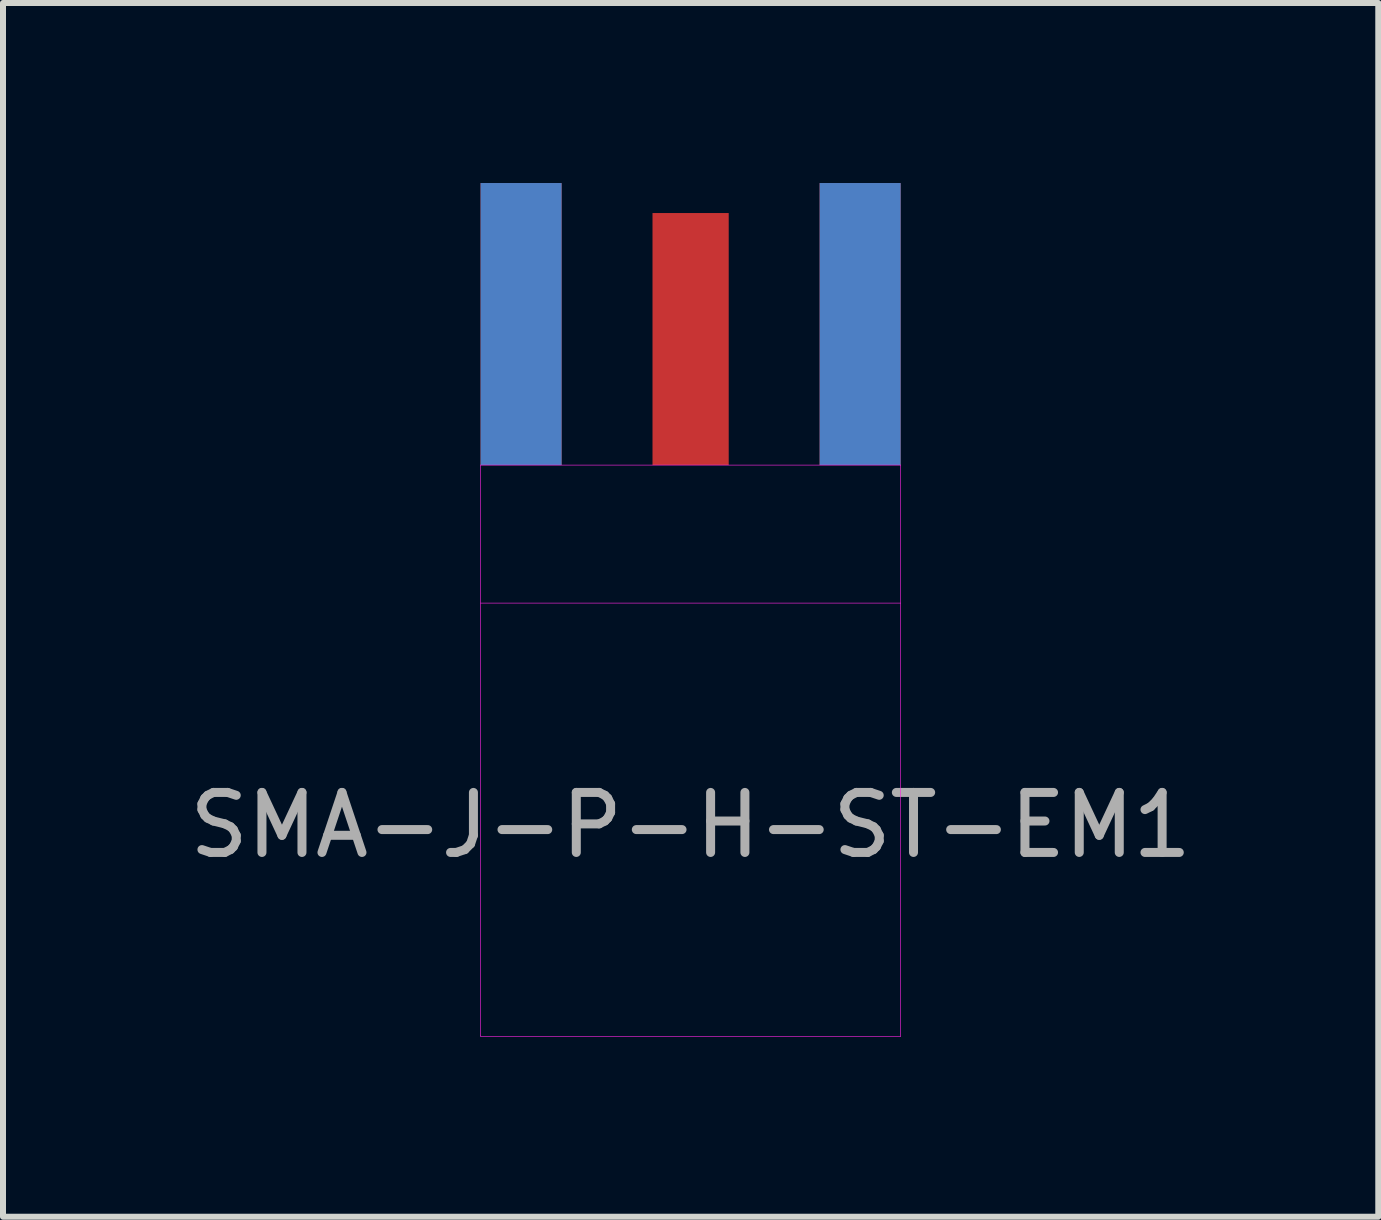
<source format=kicad_pcb>
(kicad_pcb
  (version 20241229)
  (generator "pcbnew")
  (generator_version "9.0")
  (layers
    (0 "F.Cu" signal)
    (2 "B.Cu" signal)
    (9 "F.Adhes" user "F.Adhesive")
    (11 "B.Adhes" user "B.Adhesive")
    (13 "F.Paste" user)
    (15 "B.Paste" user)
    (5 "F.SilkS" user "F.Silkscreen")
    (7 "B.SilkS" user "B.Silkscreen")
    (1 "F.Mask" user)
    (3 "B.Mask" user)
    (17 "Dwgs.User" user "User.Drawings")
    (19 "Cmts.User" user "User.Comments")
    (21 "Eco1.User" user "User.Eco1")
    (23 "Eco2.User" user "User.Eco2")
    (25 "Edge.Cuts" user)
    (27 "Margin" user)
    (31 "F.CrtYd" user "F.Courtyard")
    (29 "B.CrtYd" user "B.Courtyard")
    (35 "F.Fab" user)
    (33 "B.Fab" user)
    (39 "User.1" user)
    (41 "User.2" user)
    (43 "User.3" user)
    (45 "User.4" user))
  (footprint "SMA-J-P-H-ST-EM1"
    (layer "F.Cu")
    (at 8.458 4.7)
    (property "Reference" "SMA-J-P-H-ST-EM1" (at 0 6 0) (layer "F.Fab") (effects (font (size 1 1) (thickness 0.15))))
    (attr through_hole)
    (fp_line (start -3.5 0) (end -3.5 9.5) (stroke (width 0.01) (type solid)) (layer "F.CrtYd"))
    (fp_line (start -3.5 0) (end 3.5 0) (stroke (width 0.01) (type solid)) (layer "F.CrtYd"))
    (fp_line (start -3.5 9.5) (end -3.5 9.52) (stroke (width 0.01) (type solid)) (layer "F.CrtYd"))
    (fp_line (start 3.5 0) (end 3.5 9.52) (stroke (width 0.01) (type solid)) (layer "F.CrtYd"))
    (fp_line (start 3.5 2.3) (end -3.5 2.3) (stroke (width 0.01) (type solid)) (layer "F.CrtYd"))
    (fp_line (start 3.5 9.52) (end -3.5 9.52) (stroke (width 0.01) (type solid)) (layer "F.CrtYd"))
    (pad "1" smd rect (at 0 -2.1) (size 1.27 4.2) (layers "F.Cu" "F.Mask" "F.Paste"))
    (pad "2" smd rect (at -2.825 -2.35) (size 1.35 4.7) (layers "F.Cu" "F.Mask" "F.Paste"))
    (pad "2" smd rect (at -2.825 -2.35) (size 1.35 4.7) (layers "B.Cu" "B.Mask" "B.Adhes"))
    (pad "2" smd rect (at 2.825 -2.35) (size 1.35 4.7) (layers "F.Cu" "F.Mask" "F.Paste"))
    (pad "2" smd rect (at 2.825 -2.35) (size 1.35 4.7) (layers "B.Cu" "B.Mask" "B.Adhes")))
  (gr_rect
    (start -3 -3)
    (end 19.917 17.225)
    (stroke (width 0.1) (type default))
    (fill no)
    (layer "Edge.Cuts")))
</source>
